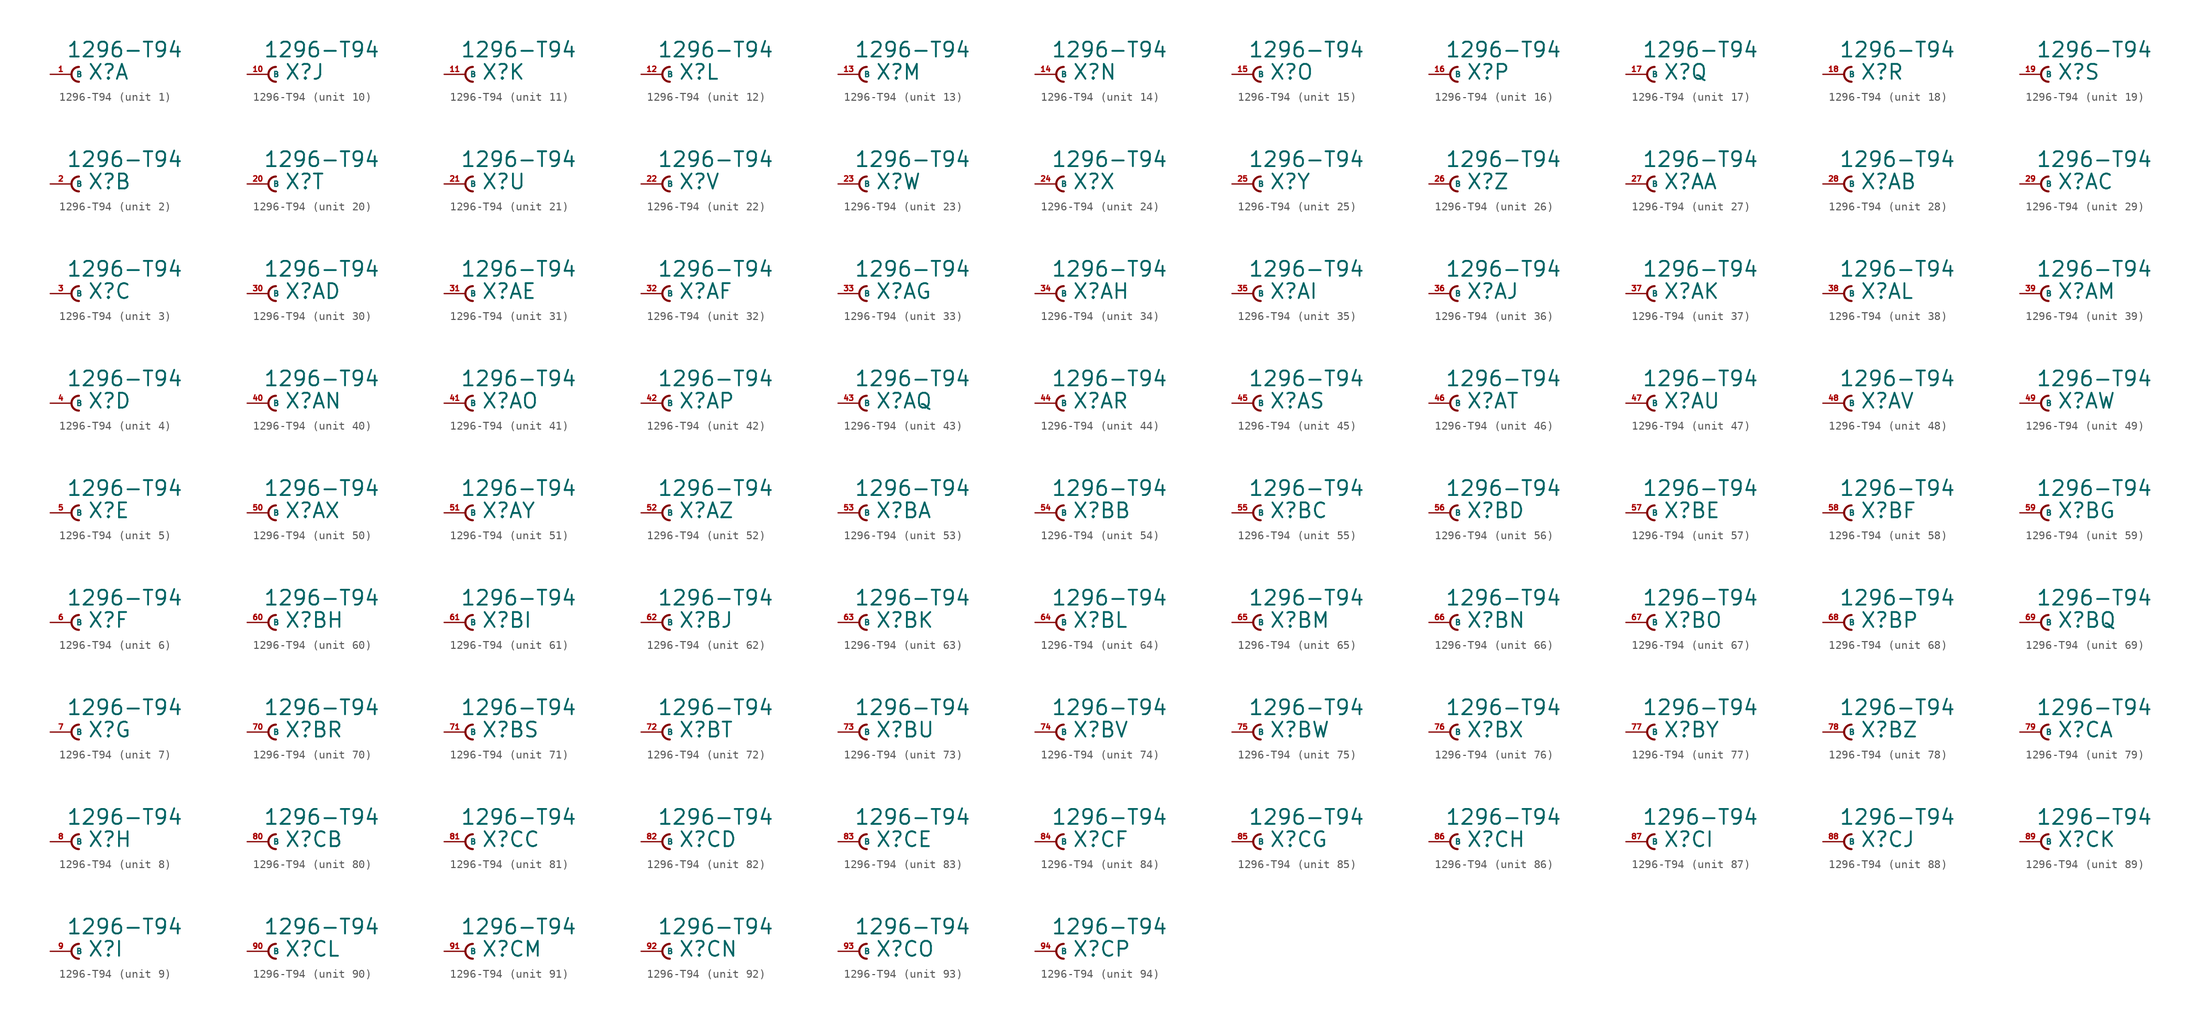
<source format=kicad_sym>
(kicad_symbol_lib
  (version 20220914)
  (generator Eagle2Kicad)
  (symbol "1296-T94"
    (property "Reference" "X"
      (at 1.905 -0.762 0)
      (effects (font (size 1.778 1.778) (thickness 0.22)) (justify left bottom)))
    (property "Value" "1296-T94"
      (at -0.635 1.905 0)
      (effects (font (size 1.778 1.778) (thickness 0.22)) (justify left bottom)))
    (symbol "1296-T94_1_0"
      (arc (start 0.889 0.889) (mid 0.000 0.000) (end 0.889 -0.889) (stroke (width 0.254) (type default)) (fill (type none)))
      (pin passive line (at -2.54 0 0) (length 2.54) (name "B" (effects (font (size 0.635 0.635) (thickness 0.08)) (justify left bottom))) (number "1" (effects (font (size 0.635 0.635) (thickness 0.08)) (justify left bottom)))))
    (symbol "1296-T94_2_0"
      (arc (start 0.889 0.889) (mid 0.000 0.000) (end 0.889 -0.889) (stroke (width 0.254) (type default)) (fill (type none)))
      (pin passive line (at -2.54 0 0) (length 2.54) (name "B" (effects (font (size 0.635 0.635) (thickness 0.08)) (justify left bottom))) (number "2" (effects (font (size 0.635 0.635) (thickness 0.08)) (justify left bottom)))))
    (symbol "1296-T94_3_0"
      (arc (start 0.889 0.889) (mid 0.000 0.000) (end 0.889 -0.889) (stroke (width 0.254) (type default)) (fill (type none)))
      (pin passive line (at -2.54 0 0) (length 2.54) (name "B" (effects (font (size 0.635 0.635) (thickness 0.08)) (justify left bottom))) (number "3" (effects (font (size 0.635 0.635) (thickness 0.08)) (justify left bottom)))))
    (symbol "1296-T94_4_0"
      (arc (start 0.889 0.889) (mid 0.000 0.000) (end 0.889 -0.889) (stroke (width 0.254) (type default)) (fill (type none)))
      (pin passive line (at -2.54 0 0) (length 2.54) (name "B" (effects (font (size 0.635 0.635) (thickness 0.08)) (justify left bottom))) (number "4" (effects (font (size 0.635 0.635) (thickness 0.08)) (justify left bottom)))))
    (symbol "1296-T94_5_0"
      (arc (start 0.889 0.889) (mid 0.000 0.000) (end 0.889 -0.889) (stroke (width 0.254) (type default)) (fill (type none)))
      (pin passive line (at -2.54 0 0) (length 2.54) (name "B" (effects (font (size 0.635 0.635) (thickness 0.08)) (justify left bottom))) (number "5" (effects (font (size 0.635 0.635) (thickness 0.08)) (justify left bottom)))))
    (symbol "1296-T94_6_0"
      (arc (start 0.889 0.889) (mid 0.000 0.000) (end 0.889 -0.889) (stroke (width 0.254) (type default)) (fill (type none)))
      (pin passive line (at -2.54 0 0) (length 2.54) (name "B" (effects (font (size 0.635 0.635) (thickness 0.08)) (justify left bottom))) (number "6" (effects (font (size 0.635 0.635) (thickness 0.08)) (justify left bottom)))))
    (symbol "1296-T94_7_0"
      (arc (start 0.889 0.889) (mid 0.000 0.000) (end 0.889 -0.889) (stroke (width 0.254) (type default)) (fill (type none)))
      (pin passive line (at -2.54 0 0) (length 2.54) (name "B" (effects (font (size 0.635 0.635) (thickness 0.08)) (justify left bottom))) (number "7" (effects (font (size 0.635 0.635) (thickness 0.08)) (justify left bottom)))))
    (symbol "1296-T94_8_0"
      (arc (start 0.889 0.889) (mid 0.000 0.000) (end 0.889 -0.889) (stroke (width 0.254) (type default)) (fill (type none)))
      (pin passive line (at -2.54 0 0) (length 2.54) (name "B" (effects (font (size 0.635 0.635) (thickness 0.08)) (justify left bottom))) (number "8" (effects (font (size 0.635 0.635) (thickness 0.08)) (justify left bottom)))))
    (symbol "1296-T94_9_0"
      (arc (start 0.889 0.889) (mid 0.000 0.000) (end 0.889 -0.889) (stroke (width 0.254) (type default)) (fill (type none)))
      (pin passive line (at -2.54 0 0) (length 2.54) (name "B" (effects (font (size 0.635 0.635) (thickness 0.08)) (justify left bottom))) (number "9" (effects (font (size 0.635 0.635) (thickness 0.08)) (justify left bottom)))))
    (symbol "1296-T94_10_0"
      (arc (start 0.889 0.889) (mid 0.000 0.000) (end 0.889 -0.889) (stroke (width 0.254) (type default)) (fill (type none)))
      (pin passive line (at -2.54 0 0) (length 2.54) (name "B" (effects (font (size 0.635 0.635) (thickness 0.08)) (justify left bottom))) (number "10" (effects (font (size 0.635 0.635) (thickness 0.08)) (justify left bottom)))))
    (symbol "1296-T94_11_0"
      (arc (start 0.889 0.889) (mid 0.000 0.000) (end 0.889 -0.889) (stroke (width 0.254) (type default)) (fill (type none)))
      (pin passive line (at -2.54 0 0) (length 2.54) (name "B" (effects (font (size 0.635 0.635) (thickness 0.08)) (justify left bottom))) (number "11" (effects (font (size 0.635 0.635) (thickness 0.08)) (justify left bottom)))))
    (symbol "1296-T94_12_0"
      (arc (start 0.889 0.889) (mid 0.000 0.000) (end 0.889 -0.889) (stroke (width 0.254) (type default)) (fill (type none)))
      (pin passive line (at -2.54 0 0) (length 2.54) (name "B" (effects (font (size 0.635 0.635) (thickness 0.08)) (justify left bottom))) (number "12" (effects (font (size 0.635 0.635) (thickness 0.08)) (justify left bottom)))))
    (symbol "1296-T94_13_0"
      (arc (start 0.889 0.889) (mid 0.000 0.000) (end 0.889 -0.889) (stroke (width 0.254) (type default)) (fill (type none)))
      (pin passive line (at -2.54 0 0) (length 2.54) (name "B" (effects (font (size 0.635 0.635) (thickness 0.08)) (justify left bottom))) (number "13" (effects (font (size 0.635 0.635) (thickness 0.08)) (justify left bottom)))))
    (symbol "1296-T94_14_0"
      (arc (start 0.889 0.889) (mid 0.000 0.000) (end 0.889 -0.889) (stroke (width 0.254) (type default)) (fill (type none)))
      (pin passive line (at -2.54 0 0) (length 2.54) (name "B" (effects (font (size 0.635 0.635) (thickness 0.08)) (justify left bottom))) (number "14" (effects (font (size 0.635 0.635) (thickness 0.08)) (justify left bottom)))))
    (symbol "1296-T94_15_0"
      (arc (start 0.889 0.889) (mid 0.000 0.000) (end 0.889 -0.889) (stroke (width 0.254) (type default)) (fill (type none)))
      (pin passive line (at -2.54 0 0) (length 2.54) (name "B" (effects (font (size 0.635 0.635) (thickness 0.08)) (justify left bottom))) (number "15" (effects (font (size 0.635 0.635) (thickness 0.08)) (justify left bottom)))))
    (symbol "1296-T94_16_0"
      (arc (start 0.889 0.889) (mid 0.000 0.000) (end 0.889 -0.889) (stroke (width 0.254) (type default)) (fill (type none)))
      (pin passive line (at -2.54 0 0) (length 2.54) (name "B" (effects (font (size 0.635 0.635) (thickness 0.08)) (justify left bottom))) (number "16" (effects (font (size 0.635 0.635) (thickness 0.08)) (justify left bottom)))))
    (symbol "1296-T94_17_0"
      (arc (start 0.889 0.889) (mid 0.000 0.000) (end 0.889 -0.889) (stroke (width 0.254) (type default)) (fill (type none)))
      (pin passive line (at -2.54 0 0) (length 2.54) (name "B" (effects (font (size 0.635 0.635) (thickness 0.08)) (justify left bottom))) (number "17" (effects (font (size 0.635 0.635) (thickness 0.08)) (justify left bottom)))))
    (symbol "1296-T94_18_0"
      (arc (start 0.889 0.889) (mid 0.000 0.000) (end 0.889 -0.889) (stroke (width 0.254) (type default)) (fill (type none)))
      (pin passive line (at -2.54 0 0) (length 2.54) (name "B" (effects (font (size 0.635 0.635) (thickness 0.08)) (justify left bottom))) (number "18" (effects (font (size 0.635 0.635) (thickness 0.08)) (justify left bottom)))))
    (symbol "1296-T94_19_0"
      (arc (start 0.889 0.889) (mid 0.000 0.000) (end 0.889 -0.889) (stroke (width 0.254) (type default)) (fill (type none)))
      (pin passive line (at -2.54 0 0) (length 2.54) (name "B" (effects (font (size 0.635 0.635) (thickness 0.08)) (justify left bottom))) (number "19" (effects (font (size 0.635 0.635) (thickness 0.08)) (justify left bottom)))))
    (symbol "1296-T94_20_0"
      (arc (start 0.889 0.889) (mid 0.000 0.000) (end 0.889 -0.889) (stroke (width 0.254) (type default)) (fill (type none)))
      (pin passive line (at -2.54 0 0) (length 2.54) (name "B" (effects (font (size 0.635 0.635) (thickness 0.08)) (justify left bottom))) (number "20" (effects (font (size 0.635 0.635) (thickness 0.08)) (justify left bottom)))))
    (symbol "1296-T94_21_0"
      (arc (start 0.889 0.889) (mid 0.000 0.000) (end 0.889 -0.889) (stroke (width 0.254) (type default)) (fill (type none)))
      (pin passive line (at -2.54 0 0) (length 2.54) (name "B" (effects (font (size 0.635 0.635) (thickness 0.08)) (justify left bottom))) (number "21" (effects (font (size 0.635 0.635) (thickness 0.08)) (justify left bottom)))))
    (symbol "1296-T94_22_0"
      (arc (start 0.889 0.889) (mid 0.000 0.000) (end 0.889 -0.889) (stroke (width 0.254) (type default)) (fill (type none)))
      (pin passive line (at -2.54 0 0) (length 2.54) (name "B" (effects (font (size 0.635 0.635) (thickness 0.08)) (justify left bottom))) (number "22" (effects (font (size 0.635 0.635) (thickness 0.08)) (justify left bottom)))))
    (symbol "1296-T94_23_0"
      (arc (start 0.889 0.889) (mid 0.000 0.000) (end 0.889 -0.889) (stroke (width 0.254) (type default)) (fill (type none)))
      (pin passive line (at -2.54 0 0) (length 2.54) (name "B" (effects (font (size 0.635 0.635) (thickness 0.08)) (justify left bottom))) (number "23" (effects (font (size 0.635 0.635) (thickness 0.08)) (justify left bottom)))))
    (symbol "1296-T94_24_0"
      (arc (start 0.889 0.889) (mid 0.000 0.000) (end 0.889 -0.889) (stroke (width 0.254) (type default)) (fill (type none)))
      (pin passive line (at -2.54 0 0) (length 2.54) (name "B" (effects (font (size 0.635 0.635) (thickness 0.08)) (justify left bottom))) (number "24" (effects (font (size 0.635 0.635) (thickness 0.08)) (justify left bottom)))))
    (symbol "1296-T94_25_0"
      (arc (start 0.889 0.889) (mid 0.000 0.000) (end 0.889 -0.889) (stroke (width 0.254) (type default)) (fill (type none)))
      (pin passive line (at -2.54 0 0) (length 2.54) (name "B" (effects (font (size 0.635 0.635) (thickness 0.08)) (justify left bottom))) (number "25" (effects (font (size 0.635 0.635) (thickness 0.08)) (justify left bottom)))))
    (symbol "1296-T94_26_0"
      (arc (start 0.889 0.889) (mid 0.000 0.000) (end 0.889 -0.889) (stroke (width 0.254) (type default)) (fill (type none)))
      (pin passive line (at -2.54 0 0) (length 2.54) (name "B" (effects (font (size 0.635 0.635) (thickness 0.08)) (justify left bottom))) (number "26" (effects (font (size 0.635 0.635) (thickness 0.08)) (justify left bottom)))))
    (symbol "1296-T94_27_0"
      (arc (start 0.889 0.889) (mid 0.000 0.000) (end 0.889 -0.889) (stroke (width 0.254) (type default)) (fill (type none)))
      (pin passive line (at -2.54 0 0) (length 2.54) (name "B" (effects (font (size 0.635 0.635) (thickness 0.08)) (justify left bottom))) (number "27" (effects (font (size 0.635 0.635) (thickness 0.08)) (justify left bottom)))))
    (symbol "1296-T94_28_0"
      (arc (start 0.889 0.889) (mid 0.000 0.000) (end 0.889 -0.889) (stroke (width 0.254) (type default)) (fill (type none)))
      (pin passive line (at -2.54 0 0) (length 2.54) (name "B" (effects (font (size 0.635 0.635) (thickness 0.08)) (justify left bottom))) (number "28" (effects (font (size 0.635 0.635) (thickness 0.08)) (justify left bottom)))))
    (symbol "1296-T94_29_0"
      (arc (start 0.889 0.889) (mid 0.000 0.000) (end 0.889 -0.889) (stroke (width 0.254) (type default)) (fill (type none)))
      (pin passive line (at -2.54 0 0) (length 2.54) (name "B" (effects (font (size 0.635 0.635) (thickness 0.08)) (justify left bottom))) (number "29" (effects (font (size 0.635 0.635) (thickness 0.08)) (justify left bottom)))))
    (symbol "1296-T94_30_0"
      (arc (start 0.889 0.889) (mid 0.000 0.000) (end 0.889 -0.889) (stroke (width 0.254) (type default)) (fill (type none)))
      (pin passive line (at -2.54 0 0) (length 2.54) (name "B" (effects (font (size 0.635 0.635) (thickness 0.08)) (justify left bottom))) (number "30" (effects (font (size 0.635 0.635) (thickness 0.08)) (justify left bottom)))))
    (symbol "1296-T94_31_0"
      (arc (start 0.889 0.889) (mid 0.000 0.000) (end 0.889 -0.889) (stroke (width 0.254) (type default)) (fill (type none)))
      (pin passive line (at -2.54 0 0) (length 2.54) (name "B" (effects (font (size 0.635 0.635) (thickness 0.08)) (justify left bottom))) (number "31" (effects (font (size 0.635 0.635) (thickness 0.08)) (justify left bottom)))))
    (symbol "1296-T94_32_0"
      (arc (start 0.889 0.889) (mid 0.000 0.000) (end 0.889 -0.889) (stroke (width 0.254) (type default)) (fill (type none)))
      (pin passive line (at -2.54 0 0) (length 2.54) (name "B" (effects (font (size 0.635 0.635) (thickness 0.08)) (justify left bottom))) (number "32" (effects (font (size 0.635 0.635) (thickness 0.08)) (justify left bottom)))))
    (symbol "1296-T94_33_0"
      (arc (start 0.889 0.889) (mid 0.000 0.000) (end 0.889 -0.889) (stroke (width 0.254) (type default)) (fill (type none)))
      (pin passive line (at -2.54 0 0) (length 2.54) (name "B" (effects (font (size 0.635 0.635) (thickness 0.08)) (justify left bottom))) (number "33" (effects (font (size 0.635 0.635) (thickness 0.08)) (justify left bottom)))))
    (symbol "1296-T94_34_0"
      (arc (start 0.889 0.889) (mid 0.000 0.000) (end 0.889 -0.889) (stroke (width 0.254) (type default)) (fill (type none)))
      (pin passive line (at -2.54 0 0) (length 2.54) (name "B" (effects (font (size 0.635 0.635) (thickness 0.08)) (justify left bottom))) (number "34" (effects (font (size 0.635 0.635) (thickness 0.08)) (justify left bottom)))))
    (symbol "1296-T94_35_0"
      (arc (start 0.889 0.889) (mid 0.000 0.000) (end 0.889 -0.889) (stroke (width 0.254) (type default)) (fill (type none)))
      (pin passive line (at -2.54 0 0) (length 2.54) (name "B" (effects (font (size 0.635 0.635) (thickness 0.08)) (justify left bottom))) (number "35" (effects (font (size 0.635 0.635) (thickness 0.08)) (justify left bottom)))))
    (symbol "1296-T94_36_0"
      (arc (start 0.889 0.889) (mid 0.000 0.000) (end 0.889 -0.889) (stroke (width 0.254) (type default)) (fill (type none)))
      (pin passive line (at -2.54 0 0) (length 2.54) (name "B" (effects (font (size 0.635 0.635) (thickness 0.08)) (justify left bottom))) (number "36" (effects (font (size 0.635 0.635) (thickness 0.08)) (justify left bottom)))))
    (symbol "1296-T94_37_0"
      (arc (start 0.889 0.889) (mid 0.000 0.000) (end 0.889 -0.889) (stroke (width 0.254) (type default)) (fill (type none)))
      (pin passive line (at -2.54 0 0) (length 2.54) (name "B" (effects (font (size 0.635 0.635) (thickness 0.08)) (justify left bottom))) (number "37" (effects (font (size 0.635 0.635) (thickness 0.08)) (justify left bottom)))))
    (symbol "1296-T94_38_0"
      (arc (start 0.889 0.889) (mid 0.000 0.000) (end 0.889 -0.889) (stroke (width 0.254) (type default)) (fill (type none)))
      (pin passive line (at -2.54 0 0) (length 2.54) (name "B" (effects (font (size 0.635 0.635) (thickness 0.08)) (justify left bottom))) (number "38" (effects (font (size 0.635 0.635) (thickness 0.08)) (justify left bottom)))))
    (symbol "1296-T94_39_0"
      (arc (start 0.889 0.889) (mid 0.000 0.000) (end 0.889 -0.889) (stroke (width 0.254) (type default)) (fill (type none)))
      (pin passive line (at -2.54 0 0) (length 2.54) (name "B" (effects (font (size 0.635 0.635) (thickness 0.08)) (justify left bottom))) (number "39" (effects (font (size 0.635 0.635) (thickness 0.08)) (justify left bottom)))))
    (symbol "1296-T94_40_0"
      (arc (start 0.889 0.889) (mid 0.000 0.000) (end 0.889 -0.889) (stroke (width 0.254) (type default)) (fill (type none)))
      (pin passive line (at -2.54 0 0) (length 2.54) (name "B" (effects (font (size 0.635 0.635) (thickness 0.08)) (justify left bottom))) (number "40" (effects (font (size 0.635 0.635) (thickness 0.08)) (justify left bottom)))))
    (symbol "1296-T94_41_0"
      (arc (start 0.889 0.889) (mid 0.000 0.000) (end 0.889 -0.889) (stroke (width 0.254) (type default)) (fill (type none)))
      (pin passive line (at -2.54 0 0) (length 2.54) (name "B" (effects (font (size 0.635 0.635) (thickness 0.08)) (justify left bottom))) (number "41" (effects (font (size 0.635 0.635) (thickness 0.08)) (justify left bottom)))))
    (symbol "1296-T94_42_0"
      (arc (start 0.889 0.889) (mid 0.000 0.000) (end 0.889 -0.889) (stroke (width 0.254) (type default)) (fill (type none)))
      (pin passive line (at -2.54 0 0) (length 2.54) (name "B" (effects (font (size 0.635 0.635) (thickness 0.08)) (justify left bottom))) (number "42" (effects (font (size 0.635 0.635) (thickness 0.08)) (justify left bottom)))))
    (symbol "1296-T94_43_0"
      (arc (start 0.889 0.889) (mid 0.000 0.000) (end 0.889 -0.889) (stroke (width 0.254) (type default)) (fill (type none)))
      (pin passive line (at -2.54 0 0) (length 2.54) (name "B" (effects (font (size 0.635 0.635) (thickness 0.08)) (justify left bottom))) (number "43" (effects (font (size 0.635 0.635) (thickness 0.08)) (justify left bottom)))))
    (symbol "1296-T94_44_0"
      (arc (start 0.889 0.889) (mid 0.000 0.000) (end 0.889 -0.889) (stroke (width 0.254) (type default)) (fill (type none)))
      (pin passive line (at -2.54 0 0) (length 2.54) (name "B" (effects (font (size 0.635 0.635) (thickness 0.08)) (justify left bottom))) (number "44" (effects (font (size 0.635 0.635) (thickness 0.08)) (justify left bottom)))))
    (symbol "1296-T94_45_0"
      (arc (start 0.889 0.889) (mid 0.000 0.000) (end 0.889 -0.889) (stroke (width 0.254) (type default)) (fill (type none)))
      (pin passive line (at -2.54 0 0) (length 2.54) (name "B" (effects (font (size 0.635 0.635) (thickness 0.08)) (justify left bottom))) (number "45" (effects (font (size 0.635 0.635) (thickness 0.08)) (justify left bottom)))))
    (symbol "1296-T94_46_0"
      (arc (start 0.889 0.889) (mid 0.000 0.000) (end 0.889 -0.889) (stroke (width 0.254) (type default)) (fill (type none)))
      (pin passive line (at -2.54 0 0) (length 2.54) (name "B" (effects (font (size 0.635 0.635) (thickness 0.08)) (justify left bottom))) (number "46" (effects (font (size 0.635 0.635) (thickness 0.08)) (justify left bottom)))))
    (symbol "1296-T94_47_0"
      (arc (start 0.889 0.889) (mid 0.000 0.000) (end 0.889 -0.889) (stroke (width 0.254) (type default)) (fill (type none)))
      (pin passive line (at -2.54 0 0) (length 2.54) (name "B" (effects (font (size 0.635 0.635) (thickness 0.08)) (justify left bottom))) (number "47" (effects (font (size 0.635 0.635) (thickness 0.08)) (justify left bottom)))))
    (symbol "1296-T94_48_0"
      (arc (start 0.889 0.889) (mid 0.000 0.000) (end 0.889 -0.889) (stroke (width 0.254) (type default)) (fill (type none)))
      (pin passive line (at -2.54 0 0) (length 2.54) (name "B" (effects (font (size 0.635 0.635) (thickness 0.08)) (justify left bottom))) (number "48" (effects (font (size 0.635 0.635) (thickness 0.08)) (justify left bottom)))))
    (symbol "1296-T94_49_0"
      (arc (start 0.889 0.889) (mid 0.000 0.000) (end 0.889 -0.889) (stroke (width 0.254) (type default)) (fill (type none)))
      (pin passive line (at -2.54 0 0) (length 2.54) (name "B" (effects (font (size 0.635 0.635) (thickness 0.08)) (justify left bottom))) (number "49" (effects (font (size 0.635 0.635) (thickness 0.08)) (justify left bottom)))))
    (symbol "1296-T94_50_0"
      (arc (start 0.889 0.889) (mid 0.000 0.000) (end 0.889 -0.889) (stroke (width 0.254) (type default)) (fill (type none)))
      (pin passive line (at -2.54 0 0) (length 2.54) (name "B" (effects (font (size 0.635 0.635) (thickness 0.08)) (justify left bottom))) (number "50" (effects (font (size 0.635 0.635) (thickness 0.08)) (justify left bottom)))))
    (symbol "1296-T94_51_0"
      (arc (start 0.889 0.889) (mid 0.000 0.000) (end 0.889 -0.889) (stroke (width 0.254) (type default)) (fill (type none)))
      (pin passive line (at -2.54 0 0) (length 2.54) (name "B" (effects (font (size 0.635 0.635) (thickness 0.08)) (justify left bottom))) (number "51" (effects (font (size 0.635 0.635) (thickness 0.08)) (justify left bottom)))))
    (symbol "1296-T94_52_0"
      (arc (start 0.889 0.889) (mid 0.000 0.000) (end 0.889 -0.889) (stroke (width 0.254) (type default)) (fill (type none)))
      (pin passive line (at -2.54 0 0) (length 2.54) (name "B" (effects (font (size 0.635 0.635) (thickness 0.08)) (justify left bottom))) (number "52" (effects (font (size 0.635 0.635) (thickness 0.08)) (justify left bottom)))))
    (symbol "1296-T94_53_0"
      (arc (start 0.889 0.889) (mid 0.000 0.000) (end 0.889 -0.889) (stroke (width 0.254) (type default)) (fill (type none)))
      (pin passive line (at -2.54 0 0) (length 2.54) (name "B" (effects (font (size 0.635 0.635) (thickness 0.08)) (justify left bottom))) (number "53" (effects (font (size 0.635 0.635) (thickness 0.08)) (justify left bottom)))))
    (symbol "1296-T94_54_0"
      (arc (start 0.889 0.889) (mid 0.000 0.000) (end 0.889 -0.889) (stroke (width 0.254) (type default)) (fill (type none)))
      (pin passive line (at -2.54 0 0) (length 2.54) (name "B" (effects (font (size 0.635 0.635) (thickness 0.08)) (justify left bottom))) (number "54" (effects (font (size 0.635 0.635) (thickness 0.08)) (justify left bottom)))))
    (symbol "1296-T94_55_0"
      (arc (start 0.889 0.889) (mid 0.000 0.000) (end 0.889 -0.889) (stroke (width 0.254) (type default)) (fill (type none)))
      (pin passive line (at -2.54 0 0) (length 2.54) (name "B" (effects (font (size 0.635 0.635) (thickness 0.08)) (justify left bottom))) (number "55" (effects (font (size 0.635 0.635) (thickness 0.08)) (justify left bottom)))))
    (symbol "1296-T94_56_0"
      (arc (start 0.889 0.889) (mid 0.000 0.000) (end 0.889 -0.889) (stroke (width 0.254) (type default)) (fill (type none)))
      (pin passive line (at -2.54 0 0) (length 2.54) (name "B" (effects (font (size 0.635 0.635) (thickness 0.08)) (justify left bottom))) (number "56" (effects (font (size 0.635 0.635) (thickness 0.08)) (justify left bottom)))))
    (symbol "1296-T94_57_0"
      (arc (start 0.889 0.889) (mid 0.000 0.000) (end 0.889 -0.889) (stroke (width 0.254) (type default)) (fill (type none)))
      (pin passive line (at -2.54 0 0) (length 2.54) (name "B" (effects (font (size 0.635 0.635) (thickness 0.08)) (justify left bottom))) (number "57" (effects (font (size 0.635 0.635) (thickness 0.08)) (justify left bottom)))))
    (symbol "1296-T94_58_0"
      (arc (start 0.889 0.889) (mid 0.000 0.000) (end 0.889 -0.889) (stroke (width 0.254) (type default)) (fill (type none)))
      (pin passive line (at -2.54 0 0) (length 2.54) (name "B" (effects (font (size 0.635 0.635) (thickness 0.08)) (justify left bottom))) (number "58" (effects (font (size 0.635 0.635) (thickness 0.08)) (justify left bottom)))))
    (symbol "1296-T94_59_0"
      (arc (start 0.889 0.889) (mid 0.000 0.000) (end 0.889 -0.889) (stroke (width 0.254) (type default)) (fill (type none)))
      (pin passive line (at -2.54 0 0) (length 2.54) (name "B" (effects (font (size 0.635 0.635) (thickness 0.08)) (justify left bottom))) (number "59" (effects (font (size 0.635 0.635) (thickness 0.08)) (justify left bottom)))))
    (symbol "1296-T94_60_0"
      (arc (start 0.889 0.889) (mid 0.000 0.000) (end 0.889 -0.889) (stroke (width 0.254) (type default)) (fill (type none)))
      (pin passive line (at -2.54 0 0) (length 2.54) (name "B" (effects (font (size 0.635 0.635) (thickness 0.08)) (justify left bottom))) (number "60" (effects (font (size 0.635 0.635) (thickness 0.08)) (justify left bottom)))))
    (symbol "1296-T94_61_0"
      (arc (start 0.889 0.889) (mid 0.000 0.000) (end 0.889 -0.889) (stroke (width 0.254) (type default)) (fill (type none)))
      (pin passive line (at -2.54 0 0) (length 2.54) (name "B" (effects (font (size 0.635 0.635) (thickness 0.08)) (justify left bottom))) (number "61" (effects (font (size 0.635 0.635) (thickness 0.08)) (justify left bottom)))))
    (symbol "1296-T94_62_0"
      (arc (start 0.889 0.889) (mid 0.000 0.000) (end 0.889 -0.889) (stroke (width 0.254) (type default)) (fill (type none)))
      (pin passive line (at -2.54 0 0) (length 2.54) (name "B" (effects (font (size 0.635 0.635) (thickness 0.08)) (justify left bottom))) (number "62" (effects (font (size 0.635 0.635) (thickness 0.08)) (justify left bottom)))))
    (symbol "1296-T94_63_0"
      (arc (start 0.889 0.889) (mid 0.000 0.000) (end 0.889 -0.889) (stroke (width 0.254) (type default)) (fill (type none)))
      (pin passive line (at -2.54 0 0) (length 2.54) (name "B" (effects (font (size 0.635 0.635) (thickness 0.08)) (justify left bottom))) (number "63" (effects (font (size 0.635 0.635) (thickness 0.08)) (justify left bottom)))))
    (symbol "1296-T94_64_0"
      (arc (start 0.889 0.889) (mid 0.000 0.000) (end 0.889 -0.889) (stroke (width 0.254) (type default)) (fill (type none)))
      (pin passive line (at -2.54 0 0) (length 2.54) (name "B" (effects (font (size 0.635 0.635) (thickness 0.08)) (justify left bottom))) (number "64" (effects (font (size 0.635 0.635) (thickness 0.08)) (justify left bottom)))))
    (symbol "1296-T94_65_0"
      (arc (start 0.889 0.889) (mid 0.000 0.000) (end 0.889 -0.889) (stroke (width 0.254) (type default)) (fill (type none)))
      (pin passive line (at -2.54 0 0) (length 2.54) (name "B" (effects (font (size 0.635 0.635) (thickness 0.08)) (justify left bottom))) (number "65" (effects (font (size 0.635 0.635) (thickness 0.08)) (justify left bottom)))))
    (symbol "1296-T94_66_0"
      (arc (start 0.889 0.889) (mid 0.000 0.000) (end 0.889 -0.889) (stroke (width 0.254) (type default)) (fill (type none)))
      (pin passive line (at -2.54 0 0) (length 2.54) (name "B" (effects (font (size 0.635 0.635) (thickness 0.08)) (justify left bottom))) (number "66" (effects (font (size 0.635 0.635) (thickness 0.08)) (justify left bottom)))))
    (symbol "1296-T94_67_0"
      (arc (start 0.889 0.889) (mid 0.000 0.000) (end 0.889 -0.889) (stroke (width 0.254) (type default)) (fill (type none)))
      (pin passive line (at -2.54 0 0) (length 2.54) (name "B" (effects (font (size 0.635 0.635) (thickness 0.08)) (justify left bottom))) (number "67" (effects (font (size 0.635 0.635) (thickness 0.08)) (justify left bottom)))))
    (symbol "1296-T94_68_0"
      (arc (start 0.889 0.889) (mid 0.000 0.000) (end 0.889 -0.889) (stroke (width 0.254) (type default)) (fill (type none)))
      (pin passive line (at -2.54 0 0) (length 2.54) (name "B" (effects (font (size 0.635 0.635) (thickness 0.08)) (justify left bottom))) (number "68" (effects (font (size 0.635 0.635) (thickness 0.08)) (justify left bottom)))))
    (symbol "1296-T94_69_0"
      (arc (start 0.889 0.889) (mid 0.000 0.000) (end 0.889 -0.889) (stroke (width 0.254) (type default)) (fill (type none)))
      (pin passive line (at -2.54 0 0) (length 2.54) (name "B" (effects (font (size 0.635 0.635) (thickness 0.08)) (justify left bottom))) (number "69" (effects (font (size 0.635 0.635) (thickness 0.08)) (justify left bottom)))))
    (symbol "1296-T94_70_0"
      (arc (start 0.889 0.889) (mid 0.000 0.000) (end 0.889 -0.889) (stroke (width 0.254) (type default)) (fill (type none)))
      (pin passive line (at -2.54 0 0) (length 2.54) (name "B" (effects (font (size 0.635 0.635) (thickness 0.08)) (justify left bottom))) (number "70" (effects (font (size 0.635 0.635) (thickness 0.08)) (justify left bottom)))))
    (symbol "1296-T94_71_0"
      (arc (start 0.889 0.889) (mid 0.000 0.000) (end 0.889 -0.889) (stroke (width 0.254) (type default)) (fill (type none)))
      (pin passive line (at -2.54 0 0) (length 2.54) (name "B" (effects (font (size 0.635 0.635) (thickness 0.08)) (justify left bottom))) (number "71" (effects (font (size 0.635 0.635) (thickness 0.08)) (justify left bottom)))))
    (symbol "1296-T94_72_0"
      (arc (start 0.889 0.889) (mid 0.000 0.000) (end 0.889 -0.889) (stroke (width 0.254) (type default)) (fill (type none)))
      (pin passive line (at -2.54 0 0) (length 2.54) (name "B" (effects (font (size 0.635 0.635) (thickness 0.08)) (justify left bottom))) (number "72" (effects (font (size 0.635 0.635) (thickness 0.08)) (justify left bottom)))))
    (symbol "1296-T94_73_0"
      (arc (start 0.889 0.889) (mid 0.000 0.000) (end 0.889 -0.889) (stroke (width 0.254) (type default)) (fill (type none)))
      (pin passive line (at -2.54 0 0) (length 2.54) (name "B" (effects (font (size 0.635 0.635) (thickness 0.08)) (justify left bottom))) (number "73" (effects (font (size 0.635 0.635) (thickness 0.08)) (justify left bottom)))))
    (symbol "1296-T94_74_0"
      (arc (start 0.889 0.889) (mid 0.000 0.000) (end 0.889 -0.889) (stroke (width 0.254) (type default)) (fill (type none)))
      (pin passive line (at -2.54 0 0) (length 2.54) (name "B" (effects (font (size 0.635 0.635) (thickness 0.08)) (justify left bottom))) (number "74" (effects (font (size 0.635 0.635) (thickness 0.08)) (justify left bottom)))))
    (symbol "1296-T94_75_0"
      (arc (start 0.889 0.889) (mid 0.000 0.000) (end 0.889 -0.889) (stroke (width 0.254) (type default)) (fill (type none)))
      (pin passive line (at -2.54 0 0) (length 2.54) (name "B" (effects (font (size 0.635 0.635) (thickness 0.08)) (justify left bottom))) (number "75" (effects (font (size 0.635 0.635) (thickness 0.08)) (justify left bottom)))))
    (symbol "1296-T94_76_0"
      (arc (start 0.889 0.889) (mid 0.000 0.000) (end 0.889 -0.889) (stroke (width 0.254) (type default)) (fill (type none)))
      (pin passive line (at -2.54 0 0) (length 2.54) (name "B" (effects (font (size 0.635 0.635) (thickness 0.08)) (justify left bottom))) (number "76" (effects (font (size 0.635 0.635) (thickness 0.08)) (justify left bottom)))))
    (symbol "1296-T94_77_0"
      (arc (start 0.889 0.889) (mid 0.000 0.000) (end 0.889 -0.889) (stroke (width 0.254) (type default)) (fill (type none)))
      (pin passive line (at -2.54 0 0) (length 2.54) (name "B" (effects (font (size 0.635 0.635) (thickness 0.08)) (justify left bottom))) (number "77" (effects (font (size 0.635 0.635) (thickness 0.08)) (justify left bottom)))))
    (symbol "1296-T94_78_0"
      (arc (start 0.889 0.889) (mid 0.000 0.000) (end 0.889 -0.889) (stroke (width 0.254) (type default)) (fill (type none)))
      (pin passive line (at -2.54 0 0) (length 2.54) (name "B" (effects (font (size 0.635 0.635) (thickness 0.08)) (justify left bottom))) (number "78" (effects (font (size 0.635 0.635) (thickness 0.08)) (justify left bottom)))))
    (symbol "1296-T94_79_0"
      (arc (start 0.889 0.889) (mid 0.000 0.000) (end 0.889 -0.889) (stroke (width 0.254) (type default)) (fill (type none)))
      (pin passive line (at -2.54 0 0) (length 2.54) (name "B" (effects (font (size 0.635 0.635) (thickness 0.08)) (justify left bottom))) (number "79" (effects (font (size 0.635 0.635) (thickness 0.08)) (justify left bottom)))))
    (symbol "1296-T94_80_0"
      (arc (start 0.889 0.889) (mid 0.000 0.000) (end 0.889 -0.889) (stroke (width 0.254) (type default)) (fill (type none)))
      (pin passive line (at -2.54 0 0) (length 2.54) (name "B" (effects (font (size 0.635 0.635) (thickness 0.08)) (justify left bottom))) (number "80" (effects (font (size 0.635 0.635) (thickness 0.08)) (justify left bottom)))))
    (symbol "1296-T94_81_0"
      (arc (start 0.889 0.889) (mid 0.000 0.000) (end 0.889 -0.889) (stroke (width 0.254) (type default)) (fill (type none)))
      (pin passive line (at -2.54 0 0) (length 2.54) (name "B" (effects (font (size 0.635 0.635) (thickness 0.08)) (justify left bottom))) (number "81" (effects (font (size 0.635 0.635) (thickness 0.08)) (justify left bottom)))))
    (symbol "1296-T94_82_0"
      (arc (start 0.889 0.889) (mid 0.000 0.000) (end 0.889 -0.889) (stroke (width 0.254) (type default)) (fill (type none)))
      (pin passive line (at -2.54 0 0) (length 2.54) (name "B" (effects (font (size 0.635 0.635) (thickness 0.08)) (justify left bottom))) (number "82" (effects (font (size 0.635 0.635) (thickness 0.08)) (justify left bottom)))))
    (symbol "1296-T94_83_0"
      (arc (start 0.889 0.889) (mid 0.000 0.000) (end 0.889 -0.889) (stroke (width 0.254) (type default)) (fill (type none)))
      (pin passive line (at -2.54 0 0) (length 2.54) (name "B" (effects (font (size 0.635 0.635) (thickness 0.08)) (justify left bottom))) (number "83" (effects (font (size 0.635 0.635) (thickness 0.08)) (justify left bottom)))))
    (symbol "1296-T94_84_0"
      (arc (start 0.889 0.889) (mid 0.000 0.000) (end 0.889 -0.889) (stroke (width 0.254) (type default)) (fill (type none)))
      (pin passive line (at -2.54 0 0) (length 2.54) (name "B" (effects (font (size 0.635 0.635) (thickness 0.08)) (justify left bottom))) (number "84" (effects (font (size 0.635 0.635) (thickness 0.08)) (justify left bottom)))))
    (symbol "1296-T94_85_0"
      (arc (start 0.889 0.889) (mid 0.000 0.000) (end 0.889 -0.889) (stroke (width 0.254) (type default)) (fill (type none)))
      (pin passive line (at -2.54 0 0) (length 2.54) (name "B" (effects (font (size 0.635 0.635) (thickness 0.08)) (justify left bottom))) (number "85" (effects (font (size 0.635 0.635) (thickness 0.08)) (justify left bottom)))))
    (symbol "1296-T94_86_0"
      (arc (start 0.889 0.889) (mid 0.000 0.000) (end 0.889 -0.889) (stroke (width 0.254) (type default)) (fill (type none)))
      (pin passive line (at -2.54 0 0) (length 2.54) (name "B" (effects (font (size 0.635 0.635) (thickness 0.08)) (justify left bottom))) (number "86" (effects (font (size 0.635 0.635) (thickness 0.08)) (justify left bottom)))))
    (symbol "1296-T94_87_0"
      (arc (start 0.889 0.889) (mid 0.000 0.000) (end 0.889 -0.889) (stroke (width 0.254) (type default)) (fill (type none)))
      (pin passive line (at -2.54 0 0) (length 2.54) (name "B" (effects (font (size 0.635 0.635) (thickness 0.08)) (justify left bottom))) (number "87" (effects (font (size 0.635 0.635) (thickness 0.08)) (justify left bottom)))))
    (symbol "1296-T94_88_0"
      (arc (start 0.889 0.889) (mid 0.000 0.000) (end 0.889 -0.889) (stroke (width 0.254) (type default)) (fill (type none)))
      (pin passive line (at -2.54 0 0) (length 2.54) (name "B" (effects (font (size 0.635 0.635) (thickness 0.08)) (justify left bottom))) (number "88" (effects (font (size 0.635 0.635) (thickness 0.08)) (justify left bottom)))))
    (symbol "1296-T94_89_0"
      (arc (start 0.889 0.889) (mid 0.000 0.000) (end 0.889 -0.889) (stroke (width 0.254) (type default)) (fill (type none)))
      (pin passive line (at -2.54 0 0) (length 2.54) (name "B" (effects (font (size 0.635 0.635) (thickness 0.08)) (justify left bottom))) (number "89" (effects (font (size 0.635 0.635) (thickness 0.08)) (justify left bottom)))))
    (symbol "1296-T94_90_0"
      (arc (start 0.889 0.889) (mid 0.000 0.000) (end 0.889 -0.889) (stroke (width 0.254) (type default)) (fill (type none)))
      (pin passive line (at -2.54 0 0) (length 2.54) (name "B" (effects (font (size 0.635 0.635) (thickness 0.08)) (justify left bottom))) (number "90" (effects (font (size 0.635 0.635) (thickness 0.08)) (justify left bottom)))))
    (symbol "1296-T94_91_0"
      (arc (start 0.889 0.889) (mid 0.000 0.000) (end 0.889 -0.889) (stroke (width 0.254) (type default)) (fill (type none)))
      (pin passive line (at -2.54 0 0) (length 2.54) (name "B" (effects (font (size 0.635 0.635) (thickness 0.08)) (justify left bottom))) (number "91" (effects (font (size 0.635 0.635) (thickness 0.08)) (justify left bottom)))))
    (symbol "1296-T94_92_0"
      (arc (start 0.889 0.889) (mid 0.000 0.000) (end 0.889 -0.889) (stroke (width 0.254) (type default)) (fill (type none)))
      (pin passive line (at -2.54 0 0) (length 2.54) (name "B" (effects (font (size 0.635 0.635) (thickness 0.08)) (justify left bottom))) (number "92" (effects (font (size 0.635 0.635) (thickness 0.08)) (justify left bottom)))))
    (symbol "1296-T94_93_0"
      (arc (start 0.889 0.889) (mid 0.000 0.000) (end 0.889 -0.889) (stroke (width 0.254) (type default)) (fill (type none)))
      (pin passive line (at -2.54 0 0) (length 2.54) (name "B" (effects (font (size 0.635 0.635) (thickness 0.08)) (justify left bottom))) (number "93" (effects (font (size 0.635 0.635) (thickness 0.08)) (justify left bottom)))))
    (symbol "1296-T94_94_0"
      (arc (start 0.889 0.889) (mid 0.000 0.000) (end 0.889 -0.889) (stroke (width 0.254) (type default)) (fill (type none)))
      (pin passive line (at -2.54 0 0) (length 2.54) (name "B" (effects (font (size 0.635 0.635) (thickness 0.08)) (justify left bottom))) (number "94" (effects (font (size 0.635 0.635) (thickness 0.08)) (justify left bottom)))))))
</source>
